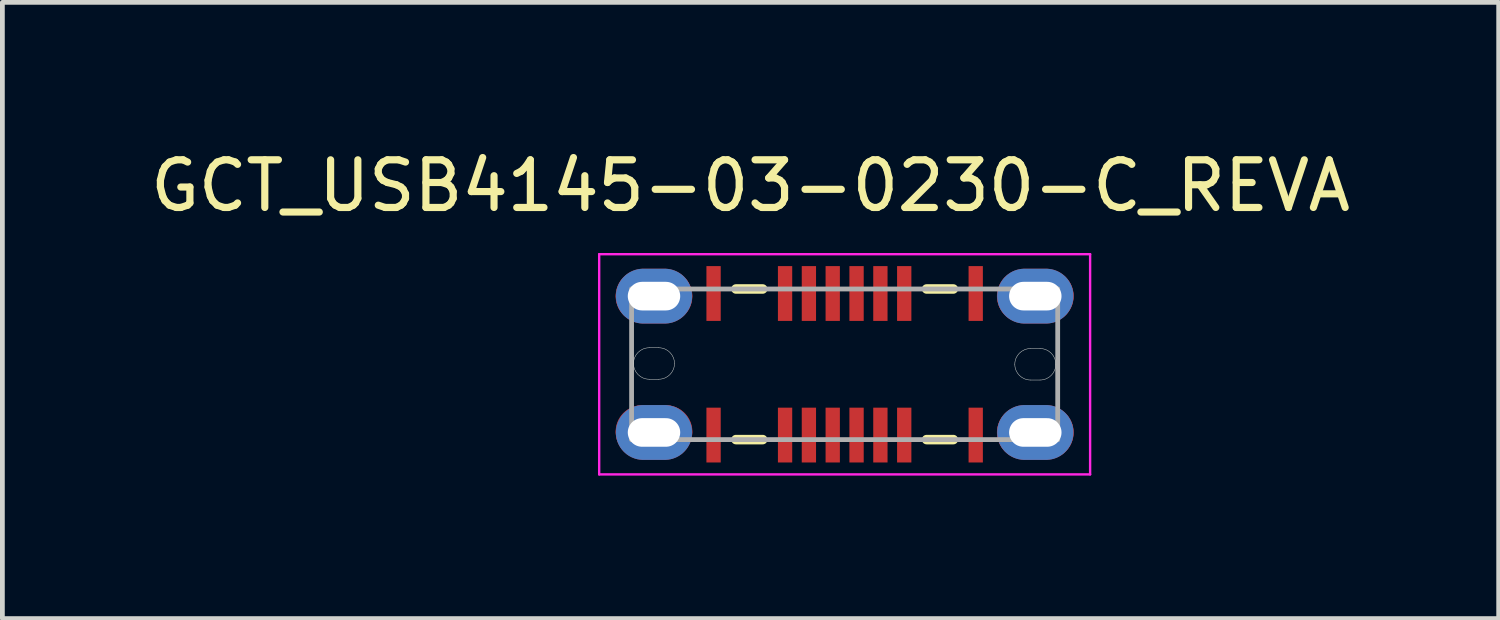
<source format=kicad_pcb>
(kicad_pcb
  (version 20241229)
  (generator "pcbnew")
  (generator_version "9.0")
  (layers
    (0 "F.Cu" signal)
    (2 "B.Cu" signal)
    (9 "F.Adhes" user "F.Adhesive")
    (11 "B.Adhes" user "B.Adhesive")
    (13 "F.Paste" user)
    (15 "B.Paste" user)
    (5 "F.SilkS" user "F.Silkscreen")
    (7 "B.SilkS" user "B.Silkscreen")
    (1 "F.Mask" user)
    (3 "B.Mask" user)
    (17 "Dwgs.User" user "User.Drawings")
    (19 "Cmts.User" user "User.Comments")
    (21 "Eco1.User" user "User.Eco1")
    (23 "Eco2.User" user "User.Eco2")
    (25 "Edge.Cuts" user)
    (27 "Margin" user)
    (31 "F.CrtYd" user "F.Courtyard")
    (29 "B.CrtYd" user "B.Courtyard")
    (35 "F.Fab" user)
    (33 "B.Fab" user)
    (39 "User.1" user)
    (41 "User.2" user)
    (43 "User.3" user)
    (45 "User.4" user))
  (footprint "GCT_USB4145-03-0230-C_REVA"
    (layer "F.Cu")
    (at 14.671 4.593)
    (property "Reference" "GCT_USB4145-03-0230-C_REVA" (at -1.975 -3.745 0) (layer "F.SilkS") (effects (font (size 1 1) (thickness 0.15))))
    (attr through_hole)
    (fp_poly (pts (xy -4.8 -1.43) (xy -4.799 -1.459) (xy -4.797 -1.487) (xy -4.793 -1.516) (xy -4.788 -1.544) (xy -4.781 -1.572) (xy -4.773 -1.6) (xy -4.763 -1.627) (xy -4.752 -1.654) (xy -4.74 -1.68) (xy -4.726 -1.705) (xy -4.711 -1.73) (xy -4.695 -1.753) (xy -4.677 -1.776) (xy -4.659 -1.798) (xy -4.639 -1.819) (xy -4.618 -1.839) (xy -4.596 -1.857) (xy -4.573 -1.875) (xy -4.55 -1.891) (xy -4.525 -1.906) (xy -4.5 -1.92) (xy -4.474 -1.932) (xy -4.447 -1.943) (xy -4.42 -1.953) (xy -4.392 -1.961) (xy -4.364 -1.968) (xy -4.336 -1.973) (xy -4.307 -1.977) (xy -4.279 -1.979) (xy -4.25 -1.98) (xy -3.75 -1.98) (xy -3.721 -1.979) (xy -3.693 -1.977) (xy -3.664 -1.973) (xy -3.636 -1.968) (xy -3.608 -1.961) (xy -3.58 -1.953) (xy -3.553 -1.943) (xy -3.526 -1.932) (xy -3.5 -1.92) (xy -3.475 -1.906) (xy -3.45 -1.891) (xy -3.427 -1.875) (xy -3.404 -1.857) (xy -3.382 -1.839) (xy -3.361 -1.819) (xy -3.341 -1.798) (xy -3.323 -1.776) (xy -3.305 -1.753) (xy -3.289 -1.73) (xy -3.274 -1.705) (xy -3.26 -1.68) (xy -3.248 -1.654) (xy -3.237 -1.627) (xy -3.227 -1.6) (xy -3.219 -1.572) (xy -3.212 -1.544) (xy -3.207 -1.516) (xy -3.203 -1.487) (xy -3.201 -1.459) (xy -3.2 -1.43) (xy -3.201 -1.401) (xy -3.203 -1.373) (xy -3.207 -1.344) (xy -3.212 -1.316) (xy -3.219 -1.288) (xy -3.227 -1.26) (xy -3.237 -1.233) (xy -3.248 -1.206) (xy -3.26 -1.18) (xy -3.274 -1.155) (xy -3.289 -1.13) (xy -3.305 -1.107) (xy -3.323 -1.084) (xy -3.341 -1.062) (xy -3.361 -1.041) (xy -3.382 -1.021) (xy -3.404 -1.003) (xy -3.427 -0.985) (xy -3.45 -0.969) (xy -3.475 -0.954) (xy -3.5 -0.94) (xy -3.526 -0.928) (xy -3.553 -0.917) (xy -3.58 -0.907) (xy -3.608 -0.899) (xy -3.636 -0.892) (xy -3.664 -0.887) (xy -3.693 -0.883) (xy -3.721 -0.881) (xy -3.75 -0.88) (xy -4.25 -0.88) (xy -4.279 -0.881) (xy -4.307 -0.883) (xy -4.336 -0.887) (xy -4.364 -0.892) (xy -4.392 -0.899) (xy -4.42 -0.907) (xy -4.447 -0.917) (xy -4.474 -0.928) (xy -4.5 -0.94) (xy -4.525 -0.954) (xy -4.55 -0.969) (xy -4.573 -0.985) (xy -4.596 -1.003) (xy -4.618 -1.021) (xy -4.639 -1.041) (xy -4.659 -1.062) (xy -4.677 -1.084) (xy -4.695 -1.107) (xy -4.711 -1.13) (xy -4.726 -1.155) (xy -4.74 -1.18) (xy -4.752 -1.206) (xy -4.763 -1.233) (xy -4.773 -1.26) (xy -4.781 -1.288) (xy -4.788 -1.316) (xy -4.793 -1.344) (xy -4.797 -1.373) (xy -4.799 -1.401) (xy -4.8 -1.43)) (stroke (width 0.01) (type solid)) (fill yes) (layer "F.Cu"))
    (fp_poly (pts (xy -4.8 1.414) (xy -4.799 1.385) (xy -4.797 1.357) (xy -4.793 1.328) (xy -4.788 1.3) (xy -4.781 1.272) (xy -4.773 1.244) (xy -4.763 1.217) (xy -4.752 1.19) (xy -4.74 1.164) (xy -4.726 1.139) (xy -4.711 1.114) (xy -4.695 1.091) (xy -4.677 1.068) (xy -4.659 1.046) (xy -4.639 1.025) (xy -4.618 1.005) (xy -4.596 0.987) (xy -4.573 0.969) (xy -4.55 0.953) (xy -4.525 0.938) (xy -4.5 0.924) (xy -4.474 0.912) (xy -4.447 0.901) (xy -4.42 0.891) (xy -4.392 0.883) (xy -4.364 0.876) (xy -4.336 0.871) (xy -4.307 0.867) (xy -4.279 0.865) (xy -4.25 0.864) (xy -3.75 0.864) (xy -3.721 0.865) (xy -3.693 0.867) (xy -3.664 0.871) (xy -3.636 0.876) (xy -3.608 0.883) (xy -3.58 0.891) (xy -3.553 0.901) (xy -3.526 0.912) (xy -3.5 0.924) (xy -3.475 0.938) (xy -3.45 0.953) (xy -3.427 0.969) (xy -3.404 0.987) (xy -3.382 1.005) (xy -3.361 1.025) (xy -3.341 1.046) (xy -3.323 1.068) (xy -3.305 1.091) (xy -3.289 1.114) (xy -3.274 1.139) (xy -3.26 1.164) (xy -3.248 1.19) (xy -3.237 1.217) (xy -3.227 1.244) (xy -3.219 1.272) (xy -3.212 1.3) (xy -3.207 1.328) (xy -3.203 1.357) (xy -3.201 1.385) (xy -3.2 1.414) (xy -3.201 1.443) (xy -3.203 1.471) (xy -3.207 1.5) (xy -3.212 1.528) (xy -3.219 1.556) (xy -3.227 1.584) (xy -3.237 1.611) (xy -3.248 1.638) (xy -3.26 1.664) (xy -3.274 1.689) (xy -3.289 1.714) (xy -3.305 1.737) (xy -3.323 1.76) (xy -3.341 1.782) (xy -3.361 1.803) (xy -3.382 1.823) (xy -3.404 1.841) (xy -3.427 1.859) (xy -3.45 1.875) (xy -3.475 1.89) (xy -3.5 1.904) (xy -3.526 1.916) (xy -3.553 1.927) (xy -3.58 1.937) (xy -3.608 1.945) (xy -3.636 1.952) (xy -3.664 1.957) (xy -3.693 1.961) (xy -3.721 1.963) (xy -3.75 1.964) (xy -4.25 1.964) (xy -4.279 1.963) (xy -4.307 1.961) (xy -4.336 1.957) (xy -4.364 1.952) (xy -4.392 1.945) (xy -4.42 1.937) (xy -4.447 1.927) (xy -4.474 1.916) (xy -4.5 1.904) (xy -4.525 1.89) (xy -4.55 1.875) (xy -4.573 1.859) (xy -4.596 1.841) (xy -4.618 1.823) (xy -4.639 1.803) (xy -4.659 1.782) (xy -4.677 1.76) (xy -4.695 1.737) (xy -4.711 1.714) (xy -4.726 1.689) (xy -4.74 1.664) (xy -4.752 1.638) (xy -4.763 1.611) (xy -4.773 1.584) (xy -4.781 1.556) (xy -4.788 1.528) (xy -4.793 1.5) (xy -4.797 1.471) (xy -4.799 1.443) (xy -4.8 1.414)) (stroke (width 0.01) (type solid)) (fill yes) (layer "F.Cu"))
    (fp_poly (pts (xy 3.2 -1.43) (xy 3.201 -1.459) (xy 3.203 -1.487) (xy 3.207 -1.516) (xy 3.212 -1.544) (xy 3.219 -1.572) (xy 3.227 -1.6) (xy 3.237 -1.627) (xy 3.248 -1.654) (xy 3.26 -1.68) (xy 3.274 -1.705) (xy 3.289 -1.73) (xy 3.305 -1.753) (xy 3.323 -1.776) (xy 3.341 -1.798) (xy 3.361 -1.819) (xy 3.382 -1.839) (xy 3.404 -1.857) (xy 3.427 -1.875) (xy 3.45 -1.891) (xy 3.475 -1.906) (xy 3.5 -1.92) (xy 3.526 -1.932) (xy 3.553 -1.943) (xy 3.58 -1.953) (xy 3.608 -1.961) (xy 3.636 -1.968) (xy 3.664 -1.973) (xy 3.693 -1.977) (xy 3.721 -1.979) (xy 3.75 -1.98) (xy 4.25 -1.98) (xy 4.279 -1.979) (xy 4.307 -1.977) (xy 4.336 -1.973) (xy 4.364 -1.968) (xy 4.392 -1.961) (xy 4.42 -1.953) (xy 4.447 -1.943) (xy 4.474 -1.932) (xy 4.5 -1.92) (xy 4.525 -1.906) (xy 4.55 -1.891) (xy 4.573 -1.875) (xy 4.596 -1.857) (xy 4.618 -1.839) (xy 4.639 -1.819) (xy 4.659 -1.798) (xy 4.677 -1.776) (xy 4.695 -1.753) (xy 4.711 -1.73) (xy 4.726 -1.705) (xy 4.74 -1.68) (xy 4.752 -1.654) (xy 4.763 -1.627) (xy 4.773 -1.6) (xy 4.781 -1.572) (xy 4.788 -1.544) (xy 4.793 -1.516) (xy 4.797 -1.487) (xy 4.799 -1.459) (xy 4.8 -1.43) (xy 4.799 -1.401) (xy 4.797 -1.373) (xy 4.793 -1.344) (xy 4.788 -1.316) (xy 4.781 -1.288) (xy 4.773 -1.26) (xy 4.763 -1.233) (xy 4.752 -1.206) (xy 4.74 -1.18) (xy 4.726 -1.155) (xy 4.711 -1.13) (xy 4.695 -1.107) (xy 4.677 -1.084) (xy 4.659 -1.062) (xy 4.639 -1.041) (xy 4.618 -1.021) (xy 4.596 -1.003) (xy 4.573 -0.985) (xy 4.55 -0.969) (xy 4.525 -0.954) (xy 4.5 -0.94) (xy 4.474 -0.928) (xy 4.447 -0.917) (xy 4.42 -0.907) (xy 4.392 -0.899) (xy 4.364 -0.892) (xy 4.336 -0.887) (xy 4.307 -0.883) (xy 4.279 -0.881) (xy 4.25 -0.88) (xy 3.75 -0.88) (xy 3.721 -0.881) (xy 3.693 -0.883) (xy 3.664 -0.887) (xy 3.636 -0.892) (xy 3.608 -0.899) (xy 3.58 -0.907) (xy 3.553 -0.917) (xy 3.526 -0.928) (xy 3.5 -0.94) (xy 3.475 -0.954) (xy 3.45 -0.969) (xy 3.427 -0.985) (xy 3.404 -1.003) (xy 3.382 -1.021) (xy 3.361 -1.041) (xy 3.341 -1.062) (xy 3.323 -1.084) (xy 3.305 -1.107) (xy 3.289 -1.13) (xy 3.274 -1.155) (xy 3.26 -1.18) (xy 3.248 -1.206) (xy 3.237 -1.233) (xy 3.227 -1.26) (xy 3.219 -1.288) (xy 3.212 -1.316) (xy 3.207 -1.344) (xy 3.203 -1.373) (xy 3.201 -1.401) (xy 3.2 -1.43)) (stroke (width 0.01) (type solid)) (fill yes) (layer "F.Cu"))
    (fp_poly (pts (xy 3.2 1.43) (xy 3.201 1.401) (xy 3.203 1.373) (xy 3.207 1.344) (xy 3.212 1.316) (xy 3.219 1.288) (xy 3.227 1.26) (xy 3.237 1.233) (xy 3.248 1.206) (xy 3.26 1.18) (xy 3.274 1.155) (xy 3.289 1.13) (xy 3.305 1.107) (xy 3.323 1.084) (xy 3.341 1.062) (xy 3.361 1.041) (xy 3.382 1.021) (xy 3.404 1.003) (xy 3.427 0.985) (xy 3.45 0.969) (xy 3.475 0.954) (xy 3.5 0.94) (xy 3.526 0.928) (xy 3.553 0.917) (xy 3.58 0.907) (xy 3.608 0.899) (xy 3.636 0.892) (xy 3.664 0.887) (xy 3.693 0.883) (xy 3.721 0.881) (xy 3.75 0.88) (xy 4.25 0.88) (xy 4.279 0.881) (xy 4.307 0.883) (xy 4.336 0.887) (xy 4.364 0.892) (xy 4.392 0.899) (xy 4.42 0.907) (xy 4.447 0.917) (xy 4.474 0.928) (xy 4.5 0.94) (xy 4.525 0.954) (xy 4.55 0.969) (xy 4.573 0.985) (xy 4.596 1.003) (xy 4.618 1.021) (xy 4.639 1.041) (xy 4.659 1.062) (xy 4.677 1.084) (xy 4.695 1.107) (xy 4.711 1.13) (xy 4.726 1.155) (xy 4.74 1.18) (xy 4.752 1.206) (xy 4.763 1.233) (xy 4.773 1.26) (xy 4.781 1.288) (xy 4.788 1.316) (xy 4.793 1.344) (xy 4.797 1.373) (xy 4.799 1.401) (xy 4.8 1.43) (xy 4.799 1.459) (xy 4.797 1.487) (xy 4.793 1.516) (xy 4.788 1.544) (xy 4.781 1.572) (xy 4.773 1.6) (xy 4.763 1.627) (xy 4.752 1.654) (xy 4.74 1.68) (xy 4.726 1.705) (xy 4.711 1.73) (xy 4.695 1.753) (xy 4.677 1.776) (xy 4.659 1.798) (xy 4.639 1.819) (xy 4.618 1.839) (xy 4.596 1.857) (xy 4.573 1.875) (xy 4.55 1.891) (xy 4.525 1.906) (xy 4.5 1.92) (xy 4.474 1.932) (xy 4.447 1.943) (xy 4.42 1.953) (xy 4.392 1.961) (xy 4.364 1.968) (xy 4.336 1.973) (xy 4.307 1.977) (xy 4.279 1.979) (xy 4.25 1.98) (xy 3.75 1.98) (xy 3.721 1.979) (xy 3.693 1.977) (xy 3.664 1.973) (xy 3.636 1.968) (xy 3.608 1.961) (xy 3.58 1.953) (xy 3.553 1.943) (xy 3.526 1.932) (xy 3.5 1.92) (xy 3.475 1.906) (xy 3.45 1.891) (xy 3.427 1.875) (xy 3.404 1.857) (xy 3.382 1.839) (xy 3.361 1.819) (xy 3.341 1.798) (xy 3.323 1.776) (xy 3.305 1.753) (xy 3.289 1.73) (xy 3.274 1.705) (xy 3.26 1.68) (xy 3.248 1.654) (xy 3.237 1.627) (xy 3.227 1.6) (xy 3.219 1.572) (xy 3.212 1.544) (xy 3.207 1.516) (xy 3.203 1.487) (xy 3.201 1.459) (xy 3.2 1.43)) (stroke (width 0.01) (type solid)) (fill yes) (layer "F.Cu"))
    (fp_line (start -2.28 -1.58) (end -1.72 -1.58) (stroke (width 0.2) (type solid)) (layer "F.SilkS"))
    (fp_line (start -2.28 1.58) (end -1.72 1.58) (stroke (width 0.2) (type solid)) (layer "F.SilkS"))
    (fp_line (start 1.72 -1.58) (end 2.28 -1.58) (stroke (width 0.2) (type solid)) (layer "F.SilkS"))
    (fp_line (start 1.72 1.58) (end 2.28 1.58) (stroke (width 0.2) (type solid)) (layer "F.SilkS"))
    (fp_line (start -4.1 -0.347) (end -3.9 -0.347) (stroke (width 0.01) (type solid)) (layer "Edge.Cuts"))
    (fp_line (start -3.9 0.313) (end -4.1 0.313) (stroke (width 0.01) (type solid)) (layer "Edge.Cuts"))
    (fp_line (start 3.9 -0.33) (end 4.1 -0.33) (stroke (width 0.01) (type solid)) (layer "Edge.Cuts"))
    (fp_line (start 4.1 0.33) (end 3.9 0.33) (stroke (width 0.01) (type solid)) (layer "Edge.Cuts"))
    (fp_arc (start -4.43 -0.016655) (mid -4.333345 -0.25) (end -4.1 -0.346655) (stroke (width 0.01) (type solid)) (layer "Edge.Cuts"))
    (fp_arc (start -4.1 0.313345) (mid -4.333345 0.21669) (end -4.43 -0.016655) (stroke (width 0.01) (type solid)) (layer "Edge.Cuts"))
    (fp_arc (start -3.9 -0.346655) (mid -3.666655 -0.25) (end -3.57 -0.016655) (stroke (width 0.01) (type solid)) (layer "Edge.Cuts"))
    (fp_arc (start -3.57 -0.016655) (mid -3.666655 0.21669) (end -3.9 0.313345) (stroke (width 0.01) (type solid)) (layer "Edge.Cuts"))
    (fp_arc (start 3.57 0) (mid 3.666655 -0.233345) (end 3.9 -0.33) (stroke (width 0.01) (type solid)) (layer "Edge.Cuts"))
    (fp_arc (start 3.9 0.33) (mid 3.666655 0.233345) (end 3.57 0) (stroke (width 0.01) (type solid)) (layer "Edge.Cuts"))
    (fp_arc (start 4.1 -0.33) (mid 4.333345 -0.233345) (end 4.43 0) (stroke (width 0.01) (type solid)) (layer "Edge.Cuts"))
    (fp_arc (start 4.43 0) (mid 4.333345 0.233345) (end 4.1 0.33) (stroke (width 0.01) (type solid)) (layer "Edge.Cuts"))
    (fp_line (start -5.15 -2.31) (end -5.15 2.31) (stroke (width 0.05) (type solid)) (layer "F.CrtYd"))
    (fp_line (start -5.15 2.31) (end 5.15 2.31) (stroke (width 0.05) (type solid)) (layer "F.CrtYd"))
    (fp_line (start 5.15 -2.31) (end -5.15 -2.31) (stroke (width 0.05) (type solid)) (layer "F.CrtYd"))
    (fp_line (start 5.15 2.31) (end 5.15 -2.31) (stroke (width 0.05) (type solid)) (layer "F.CrtYd"))
    (fp_line (start -4.47 -1.58) (end 4.47 -1.58) (stroke (width 0.1) (type solid)) (layer "F.Fab"))
    (fp_line (start -4.47 1.58) (end -4.47 -1.58) (stroke (width 0.1) (type solid)) (layer "F.Fab"))
    (fp_line (start 4.47 -1.58) (end 4.47 1.58) (stroke (width 0.1) (type solid)) (layer "F.Fab"))
    (fp_line (start 4.47 1.58) (end -4.47 1.58) (stroke (width 0.1) (type solid)) (layer "F.Fab"))
    (pad "A1" smd rect (at -2.75 -1.485) (size 0.3 1.15) (layers "F.Cu" "F.Mask" "F.Paste"))
    (pad "A4" smd rect (at -1.25 -1.485) (size 0.3 1.15) (layers "F.Cu" "F.Mask" "F.Paste"))
    (pad "A5" smd rect (at -0.75 -1.485) (size 0.3 1.15) (layers "F.Cu" "F.Mask" "F.Paste"))
    (pad "A6" smd rect (at -0.25 -1.485) (size 0.3 1.15) (layers "F.Cu" "F.Mask" "F.Paste"))
    (pad "A7" smd rect (at 0.25 -1.485) (size 0.3 1.15) (layers "F.Cu" "F.Mask" "F.Paste"))
    (pad "A8" smd rect (at 0.75 -1.485) (size 0.3 1.15) (layers "F.Cu" "F.Mask" "F.Paste"))
    (pad "A9" smd rect (at 1.25 -1.485) (size 0.3 1.15) (layers "F.Cu" "F.Mask" "F.Paste"))
    (pad "A12" smd rect (at 2.75 -1.485) (size 0.3 1.15) (layers "F.Cu" "F.Mask" "F.Paste"))
    (pad "B1" smd rect (at 2.75 1.485) (size 0.3 1.15) (layers "F.Cu" "F.Mask" "F.Paste"))
    (pad "B4" smd rect (at 1.25 1.485) (size 0.3 1.15) (layers "F.Cu" "F.Mask" "F.Paste"))
    (pad "B5" smd rect (at 0.75 1.485) (size 0.3 1.15) (layers "F.Cu" "F.Mask" "F.Paste"))
    (pad "B6" smd rect (at 0.25 1.485) (size 0.3 1.15) (layers "F.Cu" "F.Mask" "F.Paste"))
    (pad "B7" smd rect (at -0.25 1.485) (size 0.3 1.15) (layers "F.Cu" "F.Mask" "F.Paste"))
    (pad "B8" smd rect (at -0.75 1.485) (size 0.3 1.15) (layers "F.Cu" "F.Mask" "F.Paste"))
    (pad "B9" smd rect (at -1.25 1.485) (size 0.3 1.15) (layers "F.Cu" "F.Mask" "F.Paste"))
    (pad "B12" smd rect (at -2.75 1.485) (size 0.3 1.15) (layers "F.Cu" "F.Mask" "F.Paste"))
    (pad "S1" thru_hole oval (at -4 -1.43) (size 1.6 1.15) (drill oval 1.1 0.6) (layers "*.Cu" "*.Mask"))
    (pad "S2" thru_hole oval (at 4 -1.43) (size 1.6 1.15) (drill oval 1.1 0.6) (layers "*.Cu" "*.Mask"))
    (pad "S3" thru_hole oval (at -4 1.43) (size 1.6 1.15) (drill oval 1.1 0.6) (layers "*.Cu" "*.Mask"))
    (pad "S4" thru_hole oval (at 4 1.43) (size 1.6 1.15) (drill oval 1.1 0.6) (layers "*.Cu" "*.Mask")))
  (gr_rect
    (start -3 -3)
    (end 28.393 9.928)
    (stroke (width 0.1) (type default))
    (fill no)
    (layer "Edge.Cuts")))
</source>
